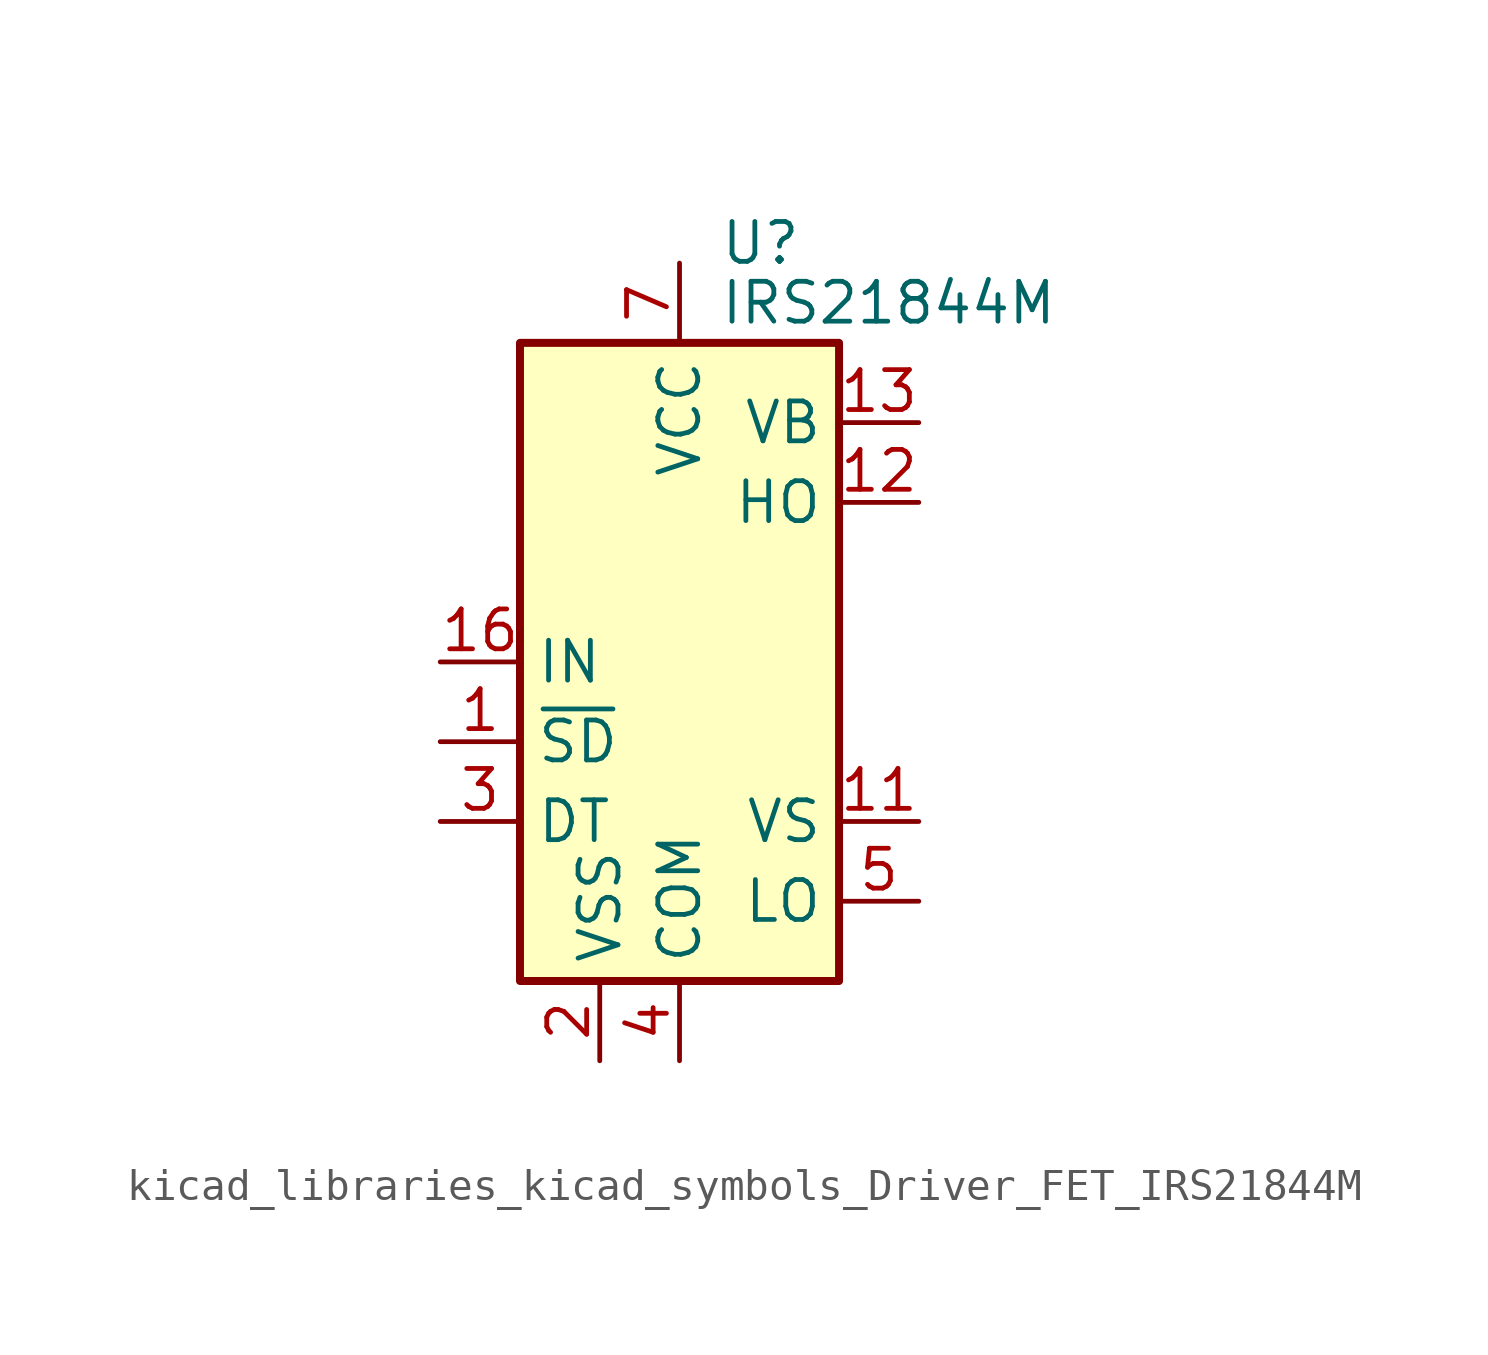
<source format=kicad_sym>
(kicad_symbol_lib
  (version 20220914)
  (generator kicad_symbol_editor)
  (symbol "kicad_libraries_kicad_symbols_Driver_FET_IRS21844M"
    (property "Reference" "U"
      (at 1.27 13.335 0)
      (effects (font (size 1.27 1.27)) (justify left)))
    (property "Value" "IRS21844M"
      (at 1.27 11.43 0)
      (effects (font (size 1.27 1.27)) (justify left)))
    (symbol "kicad_libraries_kicad_symbols_Driver_FET_IRS21844M_0_1"
      (rectangle (start -5.08 -10.16) (end 5.08 10.16) (stroke (width 0.254) (type default)) (fill (type background))))
    (symbol "kicad_libraries_kicad_symbols_Driver_FET_IRS21844M_1_1"
      (pin input line (at -7.62 -2.54 0) (length 2.54) (name "~{SD}" (effects (font (size 1.27 1.27)))) (number "1" (effects (font (size 1.27 1.27)))))
      (pin passive line (at 7.62 -5.08 180) (length 2.54) (name "VS" (effects (font (size 1.27 1.27)))) (number "11" (effects (font (size 1.27 1.27)))))
      (pin output line (at 7.62 5.08 180) (length 2.54) (name "HO" (effects (font (size 1.27 1.27)))) (number "12" (effects (font (size 1.27 1.27)))))
      (pin passive line (at 7.62 7.62 180) (length 2.54) (name "VB" (effects (font (size 1.27 1.27)))) (number "13" (effects (font (size 1.27 1.27)))))
      (pin no_connect line (at 5.08 2.54 180) (length 2.54) hide (name "NC" (effects (font (size 1.27 1.27)))) (number "14" (effects (font (size 1.27 1.27)))))
      (pin input line (at -7.62 0 0) (length 2.54) (name "IN" (effects (font (size 1.27 1.27)))) (number "16" (effects (font (size 1.27 1.27)))))
      (pin passive line (at 0 -12.7 90) (length 2.54) hide (name "COM" (effects (font (size 1.27 1.27)))) (number "17" (effects (font (size 1.27 1.27)))))
      (pin power_in line (at -2.54 -12.7 90) (length 2.54) (name "VSS" (effects (font (size 1.27 1.27)))) (number "2" (effects (font (size 1.27 1.27)))))
      (pin input line (at -7.62 -5.08 0) (length 2.54) (name "DT" (effects (font (size 1.27 1.27)))) (number "3" (effects (font (size 1.27 1.27)))))
      (pin power_in line (at 0 -12.7 90) (length 2.54) (name "COM" (effects (font (size 1.27 1.27)))) (number "4" (effects (font (size 1.27 1.27)))))
      (pin output line (at 7.62 -7.62 180) (length 2.54) (name "LO" (effects (font (size 1.27 1.27)))) (number "5" (effects (font (size 1.27 1.27)))))
      (pin no_connect line (at -5.08 7.62 0) (length 2.54) hide (name "NC" (effects (font (size 1.27 1.27)))) (number "6" (effects (font (size 1.27 1.27)))))
      (pin power_in line (at 0 12.7 270) (length 2.54) (name "VCC" (effects (font (size 1.27 1.27)))) (number "7" (effects (font (size 1.27 1.27)))))
      (pin no_connect line (at -5.08 5.08 0) (length 2.54) hide (name "NC" (effects (font (size 1.27 1.27)))) (number "8" (effects (font (size 1.27 1.27)))))
      (pin no_connect line (at -5.08 2.54 0) (length 2.54) hide (name "NC" (effects (font (size 1.27 1.27)))) (number "9" (effects (font (size 1.27 1.27))))))))
</source>
